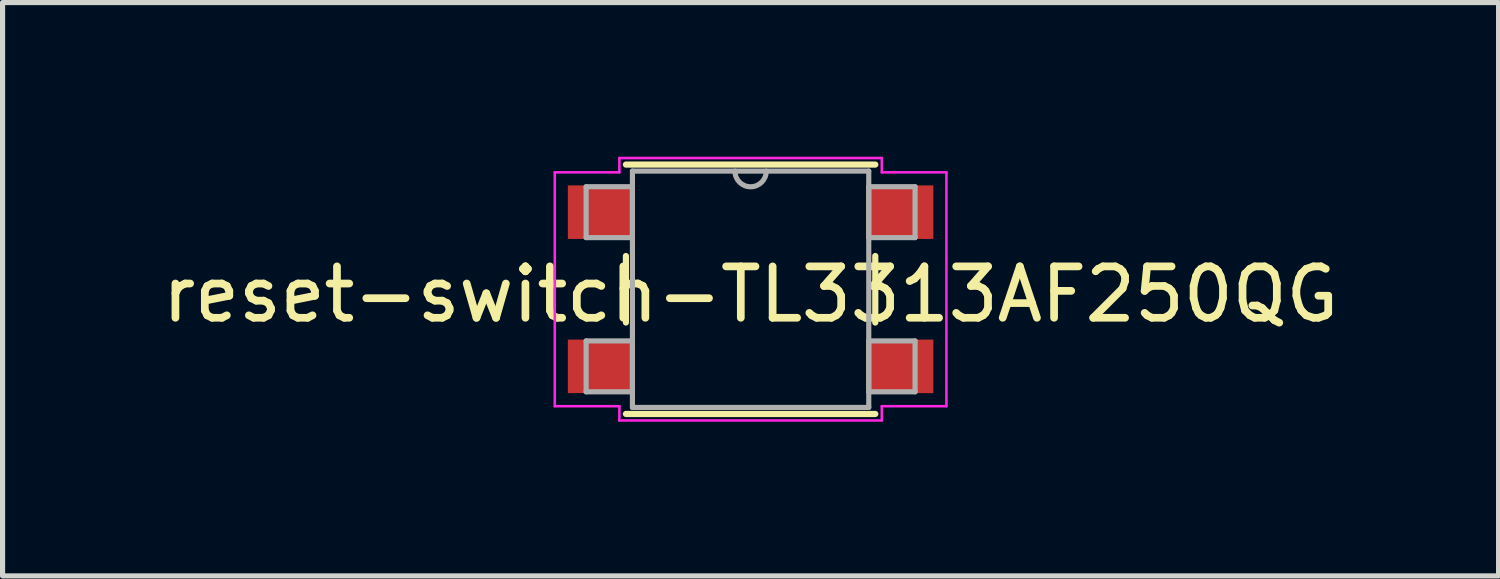
<source format=kicad_pcb>
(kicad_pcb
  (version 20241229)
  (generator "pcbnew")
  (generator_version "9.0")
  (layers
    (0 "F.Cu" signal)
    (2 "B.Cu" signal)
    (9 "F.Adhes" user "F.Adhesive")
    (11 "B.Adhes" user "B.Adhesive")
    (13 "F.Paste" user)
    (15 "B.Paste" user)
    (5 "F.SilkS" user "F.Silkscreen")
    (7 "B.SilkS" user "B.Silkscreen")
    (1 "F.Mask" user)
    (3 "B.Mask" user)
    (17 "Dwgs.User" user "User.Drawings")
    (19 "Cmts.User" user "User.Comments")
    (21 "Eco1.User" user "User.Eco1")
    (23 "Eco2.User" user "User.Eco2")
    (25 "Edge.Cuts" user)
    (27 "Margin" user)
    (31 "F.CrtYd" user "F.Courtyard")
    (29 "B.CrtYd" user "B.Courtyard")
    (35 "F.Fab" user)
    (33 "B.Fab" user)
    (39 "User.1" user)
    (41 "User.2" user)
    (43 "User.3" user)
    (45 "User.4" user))
  (footprint "reset-switch-TL3313AF250QG"
    (layer "F.Cu")
    (at 11.554 2.578)
    (property "Reference" "reset-switch-TL3313AF250QG" (at 0 0.1 0) (layer "F.SilkS") (effects (font (size 1 1) (thickness 0.15))))
    (attr through_hole)
    (fp_line (start -2.426 -0.647) (end -2.426 0.647) (stroke (width 0.12) (type solid)) (layer "F.SilkS"))
    (fp_line (start -2.426 2.426) (end 2.426 2.426) (stroke (width 0.12) (type solid)) (layer "F.SilkS"))
    (fp_line (start 2.426 -2.426) (end -2.426 -2.426) (stroke (width 0.12) (type solid)) (layer "F.SilkS"))
    (fp_line (start 2.426 0.647) (end 2.426 -0.647) (stroke (width 0.12) (type solid)) (layer "F.SilkS"))
    (fp_line (start -3.81 -2.275) (end -2.553 -2.275) (stroke (width 0.05) (type solid)) (layer "F.CrtYd"))
    (fp_line (start -3.81 2.275) (end -3.81 -2.275) (stroke (width 0.05) (type solid)) (layer "F.CrtYd"))
    (fp_line (start -2.553 -2.553) (end 2.553 -2.553) (stroke (width 0.05) (type solid)) (layer "F.CrtYd"))
    (fp_line (start -2.553 -2.275) (end -2.553 -2.553) (stroke (width 0.05) (type solid)) (layer "F.CrtYd"))
    (fp_line (start -2.553 2.275) (end -3.81 2.275) (stroke (width 0.05) (type solid)) (layer "F.CrtYd"))
    (fp_line (start -2.553 2.553) (end -2.553 2.275) (stroke (width 0.05) (type solid)) (layer "F.CrtYd"))
    (fp_line (start 2.553 -2.553) (end 2.553 -2.275) (stroke (width 0.05) (type solid)) (layer "F.CrtYd"))
    (fp_line (start 2.553 -2.275) (end 3.81 -2.275) (stroke (width 0.05) (type solid)) (layer "F.CrtYd"))
    (fp_line (start 2.553 2.275) (end 2.553 2.553) (stroke (width 0.05) (type solid)) (layer "F.CrtYd"))
    (fp_line (start 2.553 2.553) (end -2.553 2.553) (stroke (width 0.05) (type solid)) (layer "F.CrtYd"))
    (fp_line (start 3.81 -2.275) (end 3.81 2.275) (stroke (width 0.05) (type solid)) (layer "F.CrtYd"))
    (fp_line (start 3.81 2.275) (end 2.553 2.275) (stroke (width 0.05) (type solid)) (layer "F.CrtYd"))
    (fp_line (start -3.2 -1.995) (end -3.2 -1.005) (stroke (width 0.1) (type solid)) (layer "F.Fab"))
    (fp_line (start -3.2 -1.005) (end -2.299 -1.005) (stroke (width 0.1) (type solid)) (layer "F.Fab"))
    (fp_line (start -3.2 1.005) (end -3.2 1.995) (stroke (width 0.1) (type solid)) (layer "F.Fab"))
    (fp_line (start -3.2 1.995) (end -2.299 1.995) (stroke (width 0.1) (type solid)) (layer "F.Fab"))
    (fp_line (start -2.299 -2.299) (end -2.299 2.299) (stroke (width 0.1) (type solid)) (layer "F.Fab"))
    (fp_line (start -2.299 -1.995) (end -3.2 -1.995) (stroke (width 0.1) (type solid)) (layer "F.Fab"))
    (fp_line (start -2.299 -1.005) (end -2.299 -1.995) (stroke (width 0.1) (type solid)) (layer "F.Fab"))
    (fp_line (start -2.299 1.005) (end -3.2 1.005) (stroke (width 0.1) (type solid)) (layer "F.Fab"))
    (fp_line (start -2.299 1.995) (end -2.299 1.005) (stroke (width 0.1) (type solid)) (layer "F.Fab"))
    (fp_line (start -2.299 2.299) (end 2.299 2.299) (stroke (width 0.1) (type solid)) (layer "F.Fab"))
    (fp_line (start 2.299 -2.299) (end -2.299 -2.299) (stroke (width 0.1) (type solid)) (layer "F.Fab"))
    (fp_line (start 2.299 -1.995) (end 2.299 -1.005) (stroke (width 0.1) (type solid)) (layer "F.Fab"))
    (fp_line (start 2.299 -1.005) (end 3.2 -1.005) (stroke (width 0.1) (type solid)) (layer "F.Fab"))
    (fp_line (start 2.299 1.005) (end 2.299 1.995) (stroke (width 0.1) (type solid)) (layer "F.Fab"))
    (fp_line (start 2.299 1.995) (end 3.2 1.995) (stroke (width 0.1) (type solid)) (layer "F.Fab"))
    (fp_line (start 2.299 2.299) (end 2.299 -2.299) (stroke (width 0.1) (type solid)) (layer "F.Fab"))
    (fp_line (start 3.2 -1.995) (end 2.299 -1.995) (stroke (width 0.1) (type solid)) (layer "F.Fab"))
    (fp_line (start 3.2 -1.005) (end 3.2 -1.995) (stroke (width 0.1) (type solid)) (layer "F.Fab"))
    (fp_line (start 3.2 1.005) (end 2.299 1.005) (stroke (width 0.1) (type solid)) (layer "F.Fab"))
    (fp_line (start 3.2 1.995) (end 3.2 1.005) (stroke (width 0.1) (type solid)) (layer "F.Fab"))
    (fp_arc (start 0.3048 -2.2987) (mid 0 -1.9939) (end -0.3048 -2.2987) (stroke (width 0.1) (type solid)) (layer "F.Fab"))
    (pad "1" smd rect (at -2.927 -1.5) (size 1.257 1.041) (layers "F.Cu" "F.Mask" "F.Paste"))
    (pad "2" smd rect (at -2.927 1.5) (size 1.257 1.041) (layers "F.Cu" "F.Mask" "F.Paste"))
    (pad "3" smd rect (at 2.927 1.5) (size 1.257 1.041) (layers "F.Cu" "F.Mask" "F.Paste"))
    (pad "4" smd rect (at 2.927 -1.5) (size 1.257 1.041) (layers "F.Cu" "F.Mask" "F.Paste")))
  (gr_rect
    (start -3 -3)
    (end 26.107 8.155)
    (stroke (width 0.1) (type default))
    (fill no)
    (layer "Edge.Cuts")))
</source>
